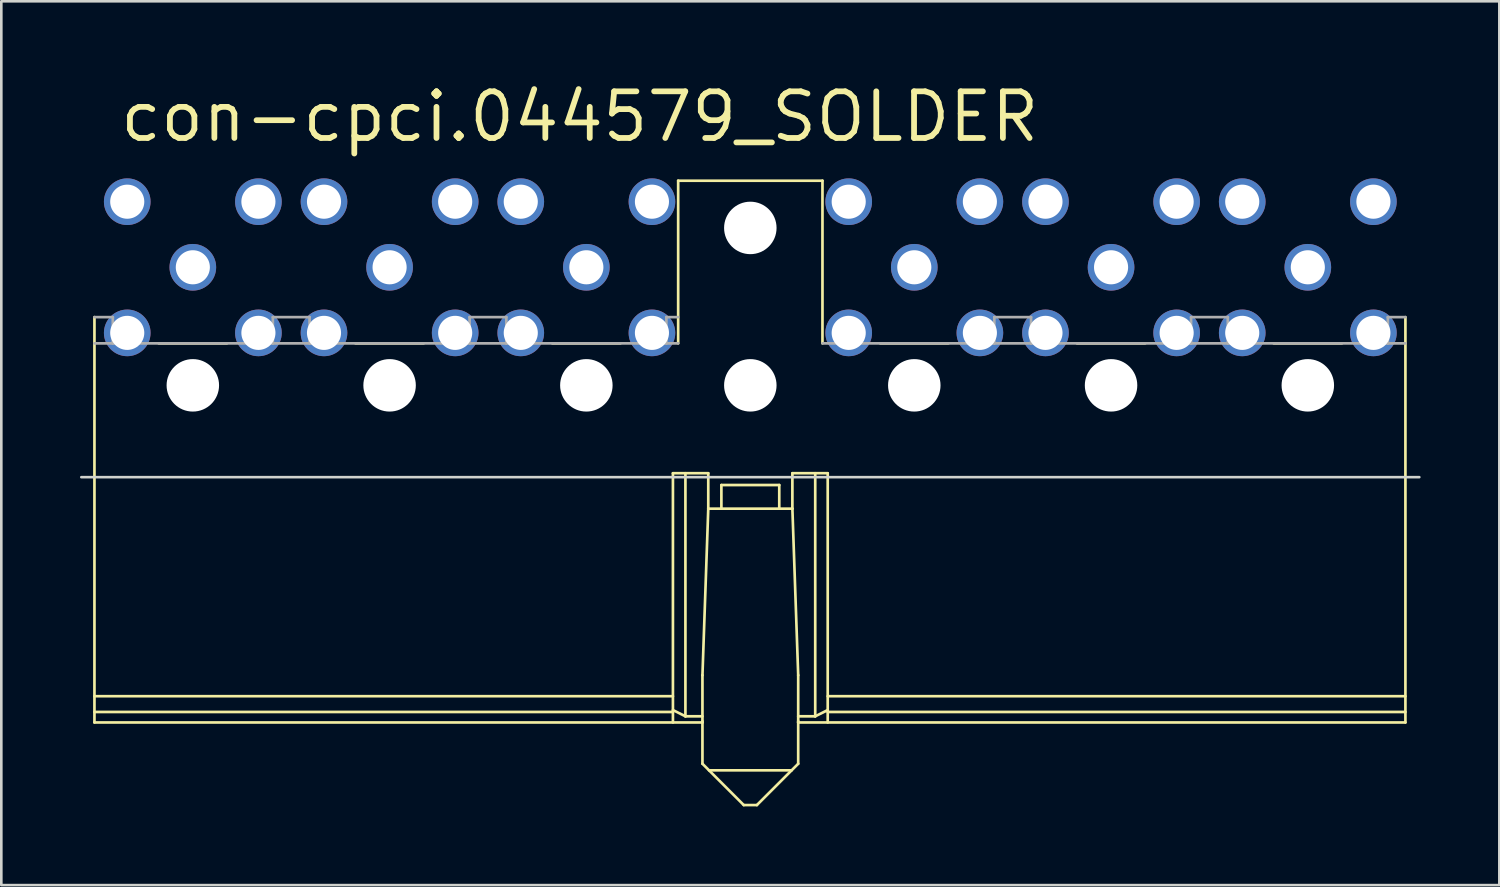
<source format=kicad_pcb>
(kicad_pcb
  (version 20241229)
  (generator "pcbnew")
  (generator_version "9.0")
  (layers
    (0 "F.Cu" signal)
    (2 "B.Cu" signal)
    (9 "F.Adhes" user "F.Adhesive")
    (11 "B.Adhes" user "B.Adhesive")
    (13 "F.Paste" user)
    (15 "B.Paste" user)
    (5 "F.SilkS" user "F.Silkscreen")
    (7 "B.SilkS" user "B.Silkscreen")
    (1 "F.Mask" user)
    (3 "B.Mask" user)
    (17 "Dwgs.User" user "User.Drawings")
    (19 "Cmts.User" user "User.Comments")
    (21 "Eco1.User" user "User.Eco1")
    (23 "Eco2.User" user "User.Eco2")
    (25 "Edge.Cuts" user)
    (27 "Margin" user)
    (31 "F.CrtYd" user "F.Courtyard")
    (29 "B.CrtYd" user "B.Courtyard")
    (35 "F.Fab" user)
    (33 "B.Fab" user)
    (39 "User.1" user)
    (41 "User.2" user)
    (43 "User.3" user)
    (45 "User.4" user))
  (footprint "con-cpci.044579_SOLDER"
    (layer "F.Cu")
    (at 25.55 11.638)
    (property "Reference" "con-cpci.044579_SOLDER" (at -24.13 -9.2 0) (layer "F.SilkS") (effects (font (size 1.778 1.778) (thickness 0.22)) (justify left bottom)))
    (attr through_hole)
    (fp_line (start -25 -2.6) (end -25 12.85) (stroke (width 0.102) (type default)) (layer "F.SilkS"))
    (fp_line (start -25 11.85) (end -2.95 11.85) (stroke (width 0.102) (type default)) (layer "F.SilkS"))
    (fp_line (start -25 12.45) (end -2.95 12.45) (stroke (width 0.102) (type default)) (layer "F.SilkS"))
    (fp_line (start -25 12.85) (end -1.825 12.85) (stroke (width 0.102) (type default)) (layer "F.SilkS"))
    (fp_line (start -19.95 -1.6) (end -22.55 -1.6) (stroke (width 0.102) (type default)) (layer "F.SilkS"))
    (fp_line (start -12.45 -1.6) (end -15.05 -1.6) (stroke (width 0.102) (type default)) (layer "F.SilkS"))
    (fp_line (start -4.95 -1.6) (end -7.55 -1.6) (stroke (width 0.102) (type default)) (layer "F.SilkS"))
    (fp_line (start -2.95 3.35) (end -1.603 3.35) (stroke (width 0.102) (type default)) (layer "F.SilkS"))
    (fp_line (start -2.95 12.377) (end -2.474 12.615) (stroke (width 0.102) (type default)) (layer "F.SilkS"))
    (fp_line (start -2.95 12.85) (end -2.95 3.35) (stroke (width 0.102) (type default)) (layer "F.SilkS"))
    (fp_line (start -2.75 -7.8) (end -2.75 -1.6) (stroke (width 0.102) (type default)) (layer "F.SilkS"))
    (fp_line (start -2.75 -7.8) (end 2.75 -7.8) (stroke (width 0.102) (type default)) (layer "F.SilkS"))
    (fp_line (start -2.474 12.615) (end -2.474 3.35) (stroke (width 0.102) (type default)) (layer "F.SilkS"))
    (fp_line (start -2.474 12.615) (end -1.825 12.615) (stroke (width 0.102) (type default)) (layer "F.SilkS"))
    (fp_line (start -1.825 11.05) (end -1.603 4.7) (stroke (width 0.102) (type default)) (layer "F.SilkS"))
    (fp_line (start -1.825 12.799) (end -1.825 14.424) (stroke (width 0.102) (type default)) (layer "F.SilkS"))
    (fp_line (start -1.825 12.85) (end -1.825 11.05) (stroke (width 0.102) (type default)) (layer "F.SilkS"))
    (fp_line (start -1.825 14.424) (end -0.25 15.999) (stroke (width 0.102) (type default)) (layer "F.SilkS"))
    (fp_line (start -1.603 4.7) (end -1.603 3.35) (stroke (width 0.102) (type default)) (layer "F.SilkS"))
    (fp_line (start -1.103 3.8) (end -1.103 4.7) (stroke (width 0.102) (type default)) (layer "F.SilkS"))
    (fp_line (start -1.103 3.8) (end 1.103 3.8) (stroke (width 0.102) (type default)) (layer "F.SilkS"))
    (fp_line (start 0.25 15.999) (end -0.25 15.999) (stroke (width 0.102) (type default)) (layer "F.SilkS"))
    (fp_line (start 1.103 3.8) (end 1.103 4.7) (stroke (width 0.102) (type default)) (layer "F.SilkS"))
    (fp_line (start 1.575 14.674) (end -1.575 14.674) (stroke (width 0.102) (type default)) (layer "F.SilkS"))
    (fp_line (start 1.603 4.7) (end -1.603 4.7) (stroke (width 0.102) (type default)) (layer "F.SilkS"))
    (fp_line (start 1.603 4.7) (end 1.603 3.35) (stroke (width 0.102) (type default)) (layer "F.SilkS"))
    (fp_line (start 1.825 11.05) (end 1.603 4.7) (stroke (width 0.102) (type default)) (layer "F.SilkS"))
    (fp_line (start 1.825 12.799) (end 1.825 14.424) (stroke (width 0.102) (type default)) (layer "F.SilkS"))
    (fp_line (start 1.825 12.85) (end 1.825 11.05) (stroke (width 0.102) (type default)) (layer "F.SilkS"))
    (fp_line (start 1.825 14.424) (end 0.25 15.999) (stroke (width 0.102) (type default)) (layer "F.SilkS"))
    (fp_line (start 2.474 12.615) (end 1.825 12.615) (stroke (width 0.102) (type default)) (layer "F.SilkS"))
    (fp_line (start 2.474 12.615) (end 2.474 3.35) (stroke (width 0.102) (type default)) (layer "F.SilkS"))
    (fp_line (start 2.75 -7.8) (end 2.75 -1.6) (stroke (width 0.102) (type default)) (layer "F.SilkS"))
    (fp_line (start 2.95 3.35) (end 1.603 3.35) (stroke (width 0.102) (type default)) (layer "F.SilkS"))
    (fp_line (start 2.95 11.85) (end 24.97 11.85) (stroke (width 0.102) (type default)) (layer "F.SilkS"))
    (fp_line (start 2.95 12.377) (end 2.474 12.615) (stroke (width 0.102) (type default)) (layer "F.SilkS"))
    (fp_line (start 2.95 12.45) (end 24.97 12.45) (stroke (width 0.102) (type default)) (layer "F.SilkS"))
    (fp_line (start 2.95 12.85) (end 2.95 3.35) (stroke (width 0.102) (type default)) (layer "F.SilkS"))
    (fp_line (start 4.95 -1.6) (end 7.55 -1.6) (stroke (width 0.102) (type default)) (layer "F.SilkS"))
    (fp_line (start 12.45 -1.6) (end 15.05 -1.6) (stroke (width 0.102) (type default)) (layer "F.SilkS"))
    (fp_line (start 19.95 -1.6) (end 22.55 -1.6) (stroke (width 0.102) (type default)) (layer "F.SilkS"))
    (fp_line (start 24.97 -2.6) (end 24.97 12.85) (stroke (width 0.102) (type default)) (layer "F.SilkS"))
    (fp_line (start 24.97 12.85) (end 1.825 12.85) (stroke (width 0.102) (type default)) (layer "F.SilkS"))
    (fp_line (start -25.5 3.5) (end 25.5 3.5) (stroke (width 0.1) (type default)) (layer "Edge.Cuts"))
    (fp_line (start -25 -1.6) (end -24.3 -1.6) (stroke (width 0.102) (type default)) (layer "F.Fab"))
    (fp_line (start -24.3 -2.6) (end -25 -2.6) (stroke (width 0.102) (type default)) (layer "F.Fab"))
    (fp_line (start -24.3 -1.6) (end -24.3 -2.6) (stroke (width 0.102) (type default)) (layer "F.Fab"))
    (fp_line (start -18.2 -2.6) (end -18.2 -1.6) (stroke (width 0.102) (type default)) (layer "F.Fab"))
    (fp_line (start -18.2 -1.6) (end -24.3 -1.6) (stroke (width 0.102) (type default)) (layer "F.Fab"))
    (fp_line (start -18.2 -1.6) (end -16.8 -1.6) (stroke (width 0.102) (type default)) (layer "F.Fab"))
    (fp_line (start -16.8 -2.6) (end -18.2 -2.6) (stroke (width 0.102) (type default)) (layer "F.Fab"))
    (fp_line (start -16.8 -1.6) (end -16.8 -2.6) (stroke (width 0.102) (type default)) (layer "F.Fab"))
    (fp_line (start -10.7 -2.6) (end -10.7 -1.6) (stroke (width 0.102) (type default)) (layer "F.Fab"))
    (fp_line (start -10.7 -1.6) (end -16.8 -1.6) (stroke (width 0.102) (type default)) (layer "F.Fab"))
    (fp_line (start -10.7 -1.6) (end -9.3 -1.6) (stroke (width 0.102) (type default)) (layer "F.Fab"))
    (fp_line (start -9.3 -2.6) (end -10.7 -2.6) (stroke (width 0.102) (type default)) (layer "F.Fab"))
    (fp_line (start -9.3 -1.6) (end -9.3 -2.6) (stroke (width 0.102) (type default)) (layer "F.Fab"))
    (fp_line (start -3.2 -2.6) (end -3.2 -1.6) (stroke (width 0.102) (type default)) (layer "F.Fab"))
    (fp_line (start -3.2 -1.6) (end -9.3 -1.6) (stroke (width 0.102) (type default)) (layer "F.Fab"))
    (fp_line (start -3.2 -1.6) (end -2.75 -1.6) (stroke (width 0.102) (type default)) (layer "F.Fab"))
    (fp_line (start -2.75 -2.6) (end -3.2 -2.6) (stroke (width 0.102) (type default)) (layer "F.Fab"))
    (fp_line (start 2.75 -1.6) (end 9.3 -1.6) (stroke (width 0.102) (type default)) (layer "F.Fab"))
    (fp_line (start 9.3 -2.6) (end 10.7 -2.6) (stroke (width 0.102) (type default)) (layer "F.Fab"))
    (fp_line (start 9.3 -1.6) (end 9.3 -2.6) (stroke (width 0.102) (type default)) (layer "F.Fab"))
    (fp_line (start 10.7 -2.6) (end 10.7 -1.6) (stroke (width 0.102) (type default)) (layer "F.Fab"))
    (fp_line (start 10.7 -1.6) (end 9.3 -1.6) (stroke (width 0.102) (type default)) (layer "F.Fab"))
    (fp_line (start 10.7 -1.6) (end 16.8 -1.6) (stroke (width 0.102) (type default)) (layer "F.Fab"))
    (fp_line (start 16.8 -2.6) (end 18.2 -2.6) (stroke (width 0.102) (type default)) (layer "F.Fab"))
    (fp_line (start 16.8 -1.6) (end 16.8 -2.6) (stroke (width 0.102) (type default)) (layer "F.Fab"))
    (fp_line (start 18.2 -2.6) (end 18.2 -1.6) (stroke (width 0.102) (type default)) (layer "F.Fab"))
    (fp_line (start 18.2 -1.6) (end 16.8 -1.6) (stroke (width 0.102) (type default)) (layer "F.Fab"))
    (fp_line (start 18.2 -1.6) (end 24.3 -1.6) (stroke (width 0.102) (type default)) (layer "F.Fab"))
    (fp_line (start 24.3 -2.6) (end 24.97 -2.6) (stroke (width 0.102) (type default)) (layer "F.Fab"))
    (fp_line (start 24.3 -1.6) (end 24.3 -2.6) (stroke (width 0.102) (type default)) (layer "F.Fab"))
    (fp_line (start 24.3 -1.6) (end 24.97 -1.6) (stroke (width 0.102) (type default)) (layer "F.Fab"))
    (pad "" np_thru_hole circle (at -21.25 0) (size 2 2) (drill 2) (layers "*.Cu" "*.Mask"))
    (pad "" np_thru_hole circle (at -13.75 0) (size 2 2) (drill 2) (layers "*.Cu" "*.Mask"))
    (pad "" np_thru_hole circle (at -6.25 0) (size 2 2) (drill 2) (layers "*.Cu" "*.Mask"))
    (pad "" np_thru_hole circle (at 0 -6) (size 2 2) (drill 2) (layers "*.Cu" "*.Mask"))
    (pad "" np_thru_hole circle (at 0 0) (size 2 2) (drill 2) (layers "*.Cu" "*.Mask"))
    (pad "" np_thru_hole circle (at 6.25 0) (size 2 2) (drill 2) (layers "*.Cu" "*.Mask"))
    (pad "" np_thru_hole circle (at 13.75 0) (size 2 2) (drill 2) (layers "*.Cu" "*.Mask"))
    (pad "" np_thru_hole circle (at 21.25 0) (size 2 2) (drill 2) (layers "*.Cu" "*.Mask"))
    (pad "1A" thru_hole circle (at 23.75 -7) (size 1.778 1.778) (drill 1.3) (layers "*.Cu" "*.Mask"))
    (pad "1B" thru_hole circle (at 23.75 -2) (size 1.778 1.778) (drill 1.3) (layers "*.Cu" "*.Mask"))
    (pad "1C" thru_hole circle (at 18.75 -2) (size 1.778 1.778) (drill 1.3) (layers "*.Cu" "*.Mask"))
    (pad "1D" thru_hole circle (at 18.75 -7) (size 1.778 1.778) (drill 1.3) (layers "*.Cu" "*.Mask"))
    (pad "2" thru_hole circle (at 21.25 -4.5) (size 1.778 1.778) (drill 1.3) (layers "*.Cu" "*.Mask"))
    (pad "2A" thru_hole circle (at 16.25 -7) (size 1.778 1.778) (drill 1.3) (layers "*.Cu" "*.Mask"))
    (pad "2B" thru_hole circle (at 16.25 -2) (size 1.778 1.778) (drill 1.3) (layers "*.Cu" "*.Mask"))
    (pad "2C" thru_hole circle (at 11.25 -2) (size 1.778 1.778) (drill 1.3) (layers "*.Cu" "*.Mask"))
    (pad "2D" thru_hole circle (at 11.25 -7) (size 1.778 1.778) (drill 1.3) (layers "*.Cu" "*.Mask"))
    (pad "3A" thru_hole circle (at 8.75 -7) (size 1.778 1.778) (drill 1.3) (layers "*.Cu" "*.Mask"))
    (pad "3B" thru_hole circle (at 8.75 -2) (size 1.778 1.778) (drill 1.3) (layers "*.Cu" "*.Mask"))
    (pad "3C" thru_hole circle (at 3.75 -2) (size 1.778 1.778) (drill 1.3) (layers "*.Cu" "*.Mask"))
    (pad "3D" thru_hole circle (at 3.75 -7) (size 1.778 1.778) (drill 1.3) (layers "*.Cu" "*.Mask"))
    (pad "4A" thru_hole circle (at -3.75 -7) (size 1.778 1.778) (drill 1.3) (layers "*.Cu" "*.Mask"))
    (pad "4B" thru_hole circle (at -3.75 -2) (size 1.778 1.778) (drill 1.3) (layers "*.Cu" "*.Mask"))
    (pad "4C" thru_hole circle (at -8.75 -2) (size 1.778 1.778) (drill 1.3) (layers "*.Cu" "*.Mask"))
    (pad "4D" thru_hole circle (at -8.75 -7) (size 1.778 1.778) (drill 1.3) (layers "*.Cu" "*.Mask"))
    (pad "5A" thru_hole circle (at -11.25 -7) (size 1.778 1.778) (drill 1.3) (layers "*.Cu" "*.Mask"))
    (pad "5B" thru_hole circle (at -11.25 -2) (size 1.778 1.778) (drill 1.3) (layers "*.Cu" "*.Mask"))
    (pad "5C" thru_hole circle (at -16.25 -2) (size 1.778 1.778) (drill 1.3) (layers "*.Cu" "*.Mask"))
    (pad "5D" thru_hole circle (at -16.25 -7) (size 1.778 1.778) (drill 1.3) (layers "*.Cu" "*.Mask"))
    (pad "6" thru_hole circle (at 13.75 -4.5) (size 1.778 1.778) (drill 1.3) (layers "*.Cu" "*.Mask"))
    (pad "6A" thru_hole circle (at -18.75 -7) (size 1.778 1.778) (drill 1.3) (layers "*.Cu" "*.Mask"))
    (pad "6B" thru_hole circle (at -18.75 -2) (size 1.778 1.778) (drill 1.3) (layers "*.Cu" "*.Mask"))
    (pad "6C" thru_hole circle (at -23.75 -2) (size 1.778 1.778) (drill 1.3) (layers "*.Cu" "*.Mask"))
    (pad "6D" thru_hole circle (at -23.75 -7) (size 1.778 1.778) (drill 1.3) (layers "*.Cu" "*.Mask"))
    (pad "10" thru_hole circle (at 6.25 -4.5) (size 1.778 1.778) (drill 1.3) (layers "*.Cu" "*.Mask"))
    (pad "16" thru_hole circle (at -6.25 -4.5) (size 1.778 1.778) (drill 1.3) (layers "*.Cu" "*.Mask"))
    (pad "20" thru_hole circle (at -13.75 -4.5) (size 1.778 1.778) (drill 1.3) (layers "*.Cu" "*.Mask"))
    (pad "24" thru_hole circle (at -21.25 -4.5) (size 1.778 1.778) (drill 1.3) (layers "*.Cu" "*.Mask")))
  (gr_rect
    (start -3 -3)
    (end 54.1 30.688)
    (stroke (width 0.1) (type default))
    (fill no)
    (layer "Edge.Cuts")))
</source>
